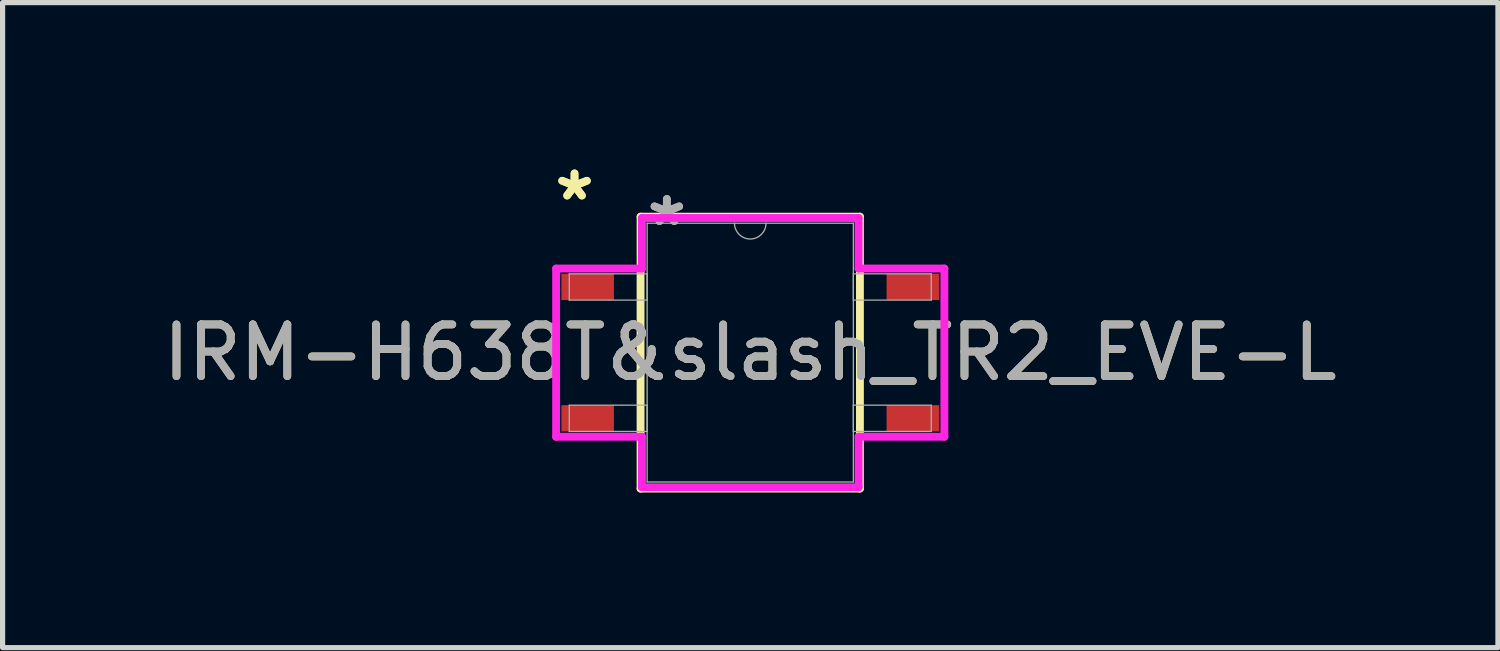
<source format=kicad_pcb>
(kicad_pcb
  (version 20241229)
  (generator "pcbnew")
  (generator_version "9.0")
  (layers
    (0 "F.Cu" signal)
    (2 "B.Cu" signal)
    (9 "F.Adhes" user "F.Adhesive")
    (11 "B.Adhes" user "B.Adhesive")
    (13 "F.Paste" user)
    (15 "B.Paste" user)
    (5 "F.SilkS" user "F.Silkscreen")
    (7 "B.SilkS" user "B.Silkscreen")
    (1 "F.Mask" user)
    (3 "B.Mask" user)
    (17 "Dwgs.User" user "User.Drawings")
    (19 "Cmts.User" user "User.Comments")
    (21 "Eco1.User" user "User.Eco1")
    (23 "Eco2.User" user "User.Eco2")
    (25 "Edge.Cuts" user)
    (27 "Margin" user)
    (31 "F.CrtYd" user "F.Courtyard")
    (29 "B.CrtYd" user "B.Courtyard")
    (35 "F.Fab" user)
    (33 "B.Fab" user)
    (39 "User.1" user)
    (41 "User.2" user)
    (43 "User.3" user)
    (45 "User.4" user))
  (footprint "IRM-H638T&slash_TR2_EVE-L"
    (layer "F.Cu")
    (at 11.458 3.769)
    (property "Reference" "IRM-H638T&slash_TR2_EVE-L" (at 0 0 0) (unlocked yes) (layer "F.SilkS") (effects (font (size 1 1) (thickness 0.15))))
    (attr smd)
    (fp_line (start -2.121 -2.629) (end -2.121 2.629) (stroke (width 0.152) (type solid)) (layer "F.SilkS"))
    (fp_line (start -2.121 2.629) (end 2.121 2.629) (stroke (width 0.152) (type solid)) (layer "F.SilkS"))
    (fp_line (start 2.121 -2.629) (end -2.121 -2.629) (stroke (width 0.152) (type solid)) (layer "F.SilkS"))
    (fp_line (start 2.121 2.629) (end 2.121 -2.629) (stroke (width 0.152) (type solid)) (layer "F.SilkS"))
    (fp_line (start -3.754 -1.626) (end -2.095 -1.626) (stroke (width 0.152) (type solid)) (layer "F.CrtYd"))
    (fp_line (start -3.754 1.626) (end -3.754 -1.626) (stroke (width 0.152) (type solid)) (layer "F.CrtYd"))
    (fp_line (start -3.754 1.626) (end -2.095 1.626) (stroke (width 0.152) (type solid)) (layer "F.CrtYd"))
    (fp_line (start -2.095 -2.603) (end 2.095 -2.603) (stroke (width 0.152) (type solid)) (layer "F.CrtYd"))
    (fp_line (start -2.095 -1.626) (end -2.095 -2.603) (stroke (width 0.152) (type solid)) (layer "F.CrtYd"))
    (fp_line (start -2.095 2.603) (end -2.095 1.626) (stroke (width 0.152) (type solid)) (layer "F.CrtYd"))
    (fp_line (start 2.095 -2.603) (end 2.095 -1.626) (stroke (width 0.152) (type solid)) (layer "F.CrtYd"))
    (fp_line (start 2.095 1.626) (end 2.095 2.603) (stroke (width 0.152) (type solid)) (layer "F.CrtYd"))
    (fp_line (start 2.095 2.603) (end -2.095 2.603) (stroke (width 0.152) (type solid)) (layer "F.CrtYd"))
    (fp_line (start 3.754 -1.626) (end 2.095 -1.626) (stroke (width 0.152) (type solid)) (layer "F.CrtYd"))
    (fp_line (start 3.754 -1.626) (end 3.754 1.626) (stroke (width 0.152) (type solid)) (layer "F.CrtYd"))
    (fp_line (start 3.754 1.626) (end 2.095 1.626) (stroke (width 0.152) (type solid)) (layer "F.CrtYd"))
    (fp_line (start -3.5 -1.524) (end -3.5 -1.016) (stroke (width 0.025) (type solid)) (layer "F.Fab"))
    (fp_line (start -3.5 -1.016) (end -1.994 -1.016) (stroke (width 0.025) (type solid)) (layer "F.Fab"))
    (fp_line (start -3.5 1.016) (end -3.5 1.524) (stroke (width 0.025) (type solid)) (layer "F.Fab"))
    (fp_line (start -3.5 1.524) (end -1.994 1.524) (stroke (width 0.025) (type solid)) (layer "F.Fab"))
    (fp_line (start -1.994 -2.502) (end -1.994 2.502) (stroke (width 0.025) (type solid)) (layer "F.Fab"))
    (fp_line (start -1.994 -1.524) (end -3.5 -1.524) (stroke (width 0.025) (type solid)) (layer "F.Fab"))
    (fp_line (start -1.994 -1.016) (end -1.994 -1.524) (stroke (width 0.025) (type solid)) (layer "F.Fab"))
    (fp_line (start -1.994 1.016) (end -3.5 1.016) (stroke (width 0.025) (type solid)) (layer "F.Fab"))
    (fp_line (start -1.994 1.524) (end -1.994 1.016) (stroke (width 0.025) (type solid)) (layer "F.Fab"))
    (fp_line (start -1.994 2.502) (end 1.994 2.502) (stroke (width 0.025) (type solid)) (layer "F.Fab"))
    (fp_line (start 1.994 -2.502) (end -1.994 -2.502) (stroke (width 0.025) (type solid)) (layer "F.Fab"))
    (fp_line (start 1.994 -1.524) (end 1.994 -1.016) (stroke (width 0.025) (type solid)) (layer "F.Fab"))
    (fp_line (start 1.994 -1.016) (end 3.5 -1.016) (stroke (width 0.025) (type solid)) (layer "F.Fab"))
    (fp_line (start 1.994 1.016) (end 1.994 1.524) (stroke (width 0.025) (type solid)) (layer "F.Fab"))
    (fp_line (start 1.994 1.524) (end 3.5 1.524) (stroke (width 0.025) (type solid)) (layer "F.Fab"))
    (fp_line (start 1.994 2.502) (end 1.994 -2.502) (stroke (width 0.025) (type solid)) (layer "F.Fab"))
    (fp_line (start 3.5 -1.524) (end 1.994 -1.524) (stroke (width 0.025) (type solid)) (layer "F.Fab"))
    (fp_line (start 3.5 -1.016) (end 3.5 -1.524) (stroke (width 0.025) (type solid)) (layer "F.Fab"))
    (fp_line (start 3.5 1.016) (end 1.994 1.016) (stroke (width 0.025) (type solid)) (layer "F.Fab"))
    (fp_line (start 3.5 1.524) (end 3.5 1.016) (stroke (width 0.025) (type solid)) (layer "F.Fab"))
    (fp_arc (start 0.3048 -2.5019) (mid 0 -2.1971) (end -0.3048 -2.5019) (stroke (width 0.0254) (type solid)) (layer "F.Fab"))
    (fp_text user "*" (at -3.398 -2.921 0) (unlocked yes) (layer "F.SilkS") (effects (font (size 1 1) (thickness 0.15))))
    (fp_text user "*" (at -3.398 -2.921 0) (layer "F.SilkS") (effects (font (size 1 1) (thickness 0.15))))
    (fp_text user "${REFERENCE}" (at 0 0 0) (unlocked yes) (layer "F.Fab") (effects (font (size 1 1) (thickness 0.15))))
    (fp_text user "*" (at -1.613 -2.426 0) (layer "F.Fab") (effects (font (size 1 1) (thickness 0.15))))
    (fp_text user "*" (at -1.613 -2.426 0) (unlocked yes) (layer "F.Fab") (effects (font (size 1 1) (thickness 0.15))))
    (pad "1" smd rect (at -3.144 -1.27) (size 1.016 0.508) (layers "F.Cu" "F.Mask" "F.Paste"))
    (pad "2" smd rect (at -3.144 1.27) (size 1.016 0.508) (layers "F.Cu" "F.Mask" "F.Paste"))
    (pad "3" smd rect (at 3.144 1.27) (size 1.016 0.508) (layers "F.Cu" "F.Mask" "F.Paste"))
    (pad "4" smd rect (at 3.144 -1.27) (size 1.016 0.508) (layers "F.Cu" "F.Mask" "F.Paste")))
  (gr_rect
    (start -3 -3)
    (end 25.917 9.474)
    (stroke (width 0.1) (type default))
    (fill no)
    (layer "Edge.Cuts")))
</source>
